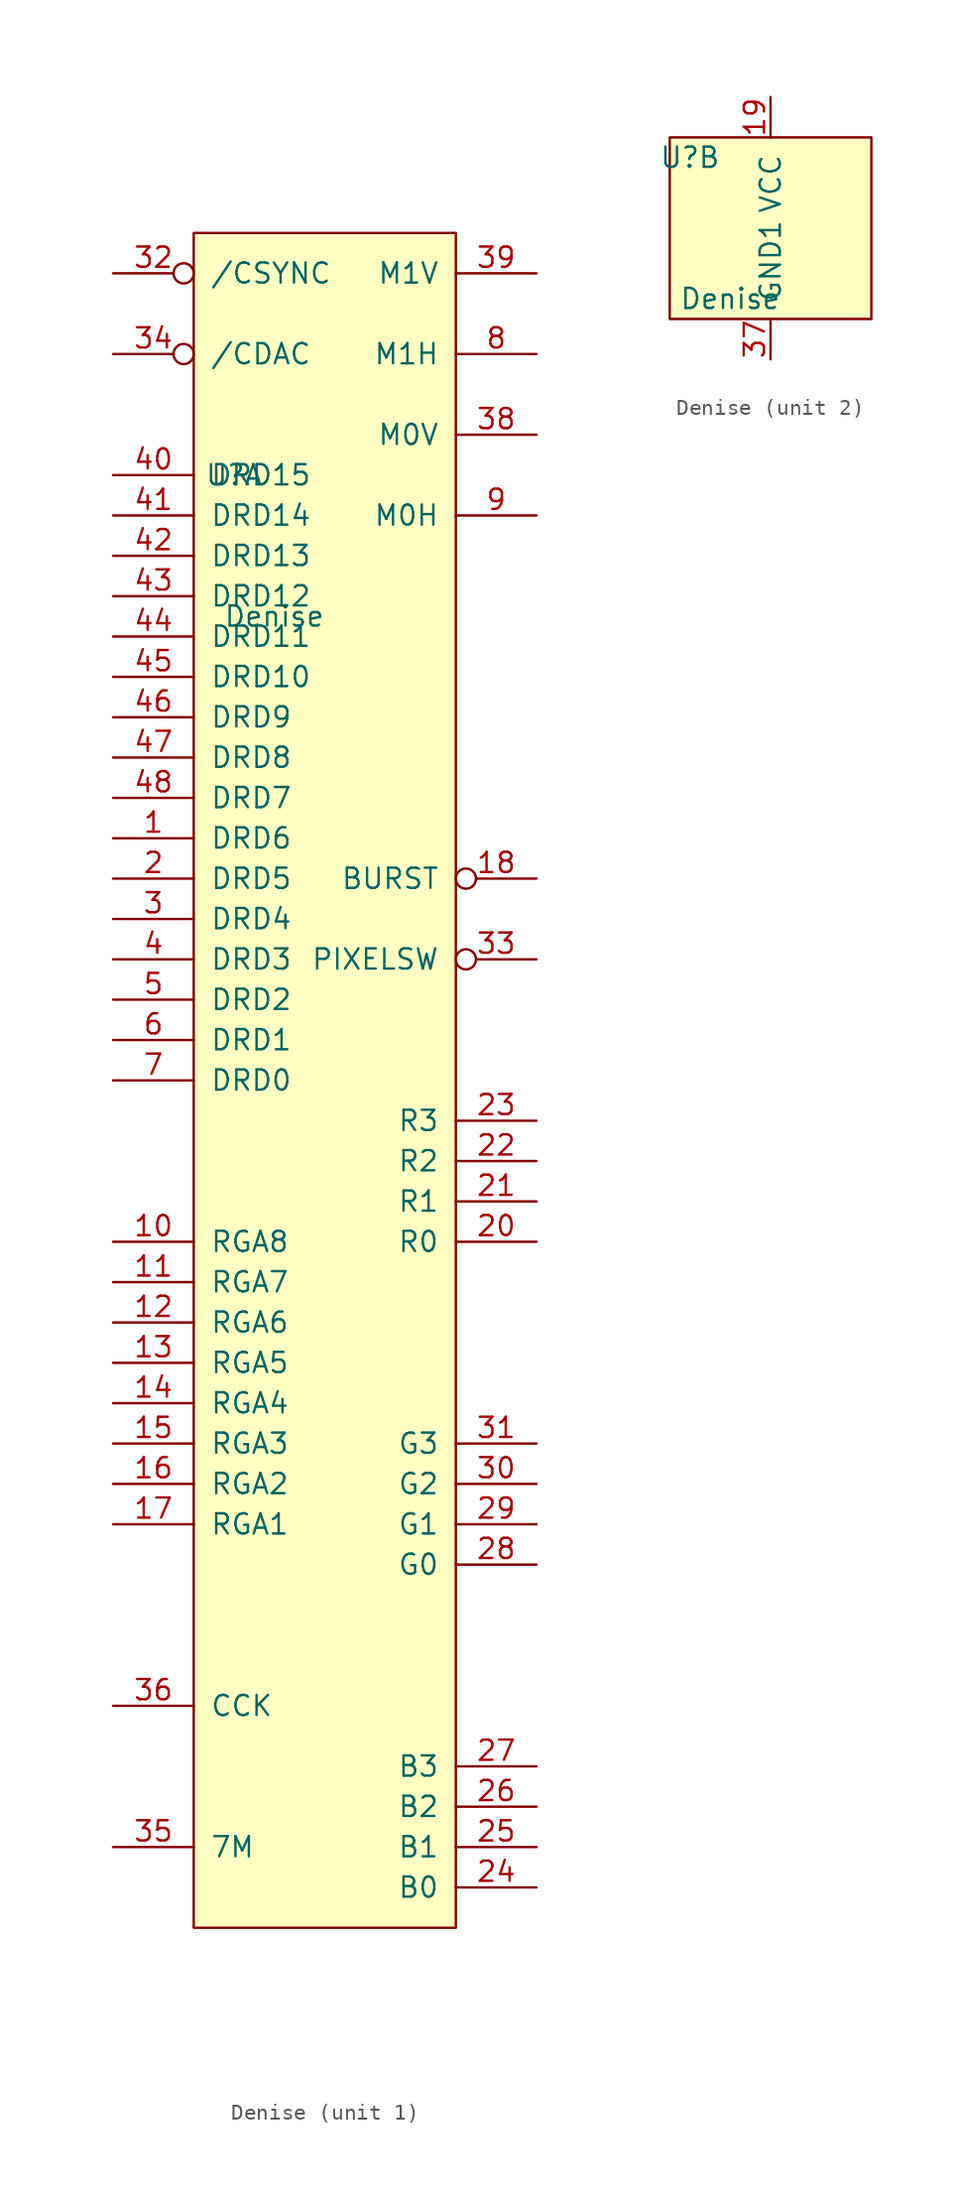
<source format=kicad_sym>
(kicad_symbol_lib
  (version 20220914)
  (generator kicad_symbol_editor)
  (symbol "Denise"
    (pin_names
      (offset 1.016))
    (property "Reference" "U"
      (at -5.08 5.08 0)
      (effects (font (size 1.27 1.27))))
    (property "Value" "Denise"
      (at -2.54 -3.81 0)
      (effects (font (size 1.27 1.27))))
    (property "ki_locked" ""
      (at 0 0 0)
      (effects (font (size 1.27 1.27))))
    (symbol "Denise_1_1"
      (rectangle (start -7.62 20.32) (end 8.89 -86.36) (stroke (width 0) (type solid)) (fill (type background)))
      (pin bidirectional line (at -12.7 -17.78 0) (length 5.08) (name "DRD6" (effects (font (size 1.27 1.27)))) (number "1" (effects (font (size 1.27 1.27)))))
      (pin input line (at -12.7 -43.18 0) (length 5.08) (name "RGA8" (effects (font (size 1.27 1.27)))) (number "10" (effects (font (size 1.27 1.27)))))
      (pin input line (at -12.7 -45.72 0) (length 5.08) (name "RGA7" (effects (font (size 1.27 1.27)))) (number "11" (effects (font (size 1.27 1.27)))))
      (pin input line (at -12.7 -48.26 0) (length 5.08) (name "RGA6" (effects (font (size 1.27 1.27)))) (number "12" (effects (font (size 1.27 1.27)))))
      (pin input line (at -12.7 -50.8 0) (length 5.08) (name "RGA5" (effects (font (size 1.27 1.27)))) (number "13" (effects (font (size 1.27 1.27)))))
      (pin input line (at -12.7 -53.34 0) (length 5.08) (name "RGA4" (effects (font (size 1.27 1.27)))) (number "14" (effects (font (size 1.27 1.27)))))
      (pin input line (at -12.7 -55.88 0) (length 5.08) (name "RGA3" (effects (font (size 1.27 1.27)))) (number "15" (effects (font (size 1.27 1.27)))))
      (pin input line (at -12.7 -58.42 0) (length 5.08) (name "RGA2" (effects (font (size 1.27 1.27)))) (number "16" (effects (font (size 1.27 1.27)))))
      (pin input line (at -12.7 -60.96 0) (length 5.08) (name "RGA1" (effects (font (size 1.27 1.27)))) (number "17" (effects (font (size 1.27 1.27)))))
      (pin output inverted (at 13.97 -20.32 180) (length 5.08) (name "BURST" (effects (font (size 1.27 1.27)))) (number "18" (effects (font (size 1.27 1.27)))))
      (pin bidirectional line (at -12.7 -20.32 0) (length 5.08) (name "DRD5" (effects (font (size 1.27 1.27)))) (number "2" (effects (font (size 1.27 1.27)))))
      (pin output line (at 13.97 -43.18 180) (length 5.08) (name "R0" (effects (font (size 1.27 1.27)))) (number "20" (effects (font (size 1.27 1.27)))))
      (pin output line (at 13.97 -40.64 180) (length 5.08) (name "R1" (effects (font (size 1.27 1.27)))) (number "21" (effects (font (size 1.27 1.27)))))
      (pin output line (at 13.97 -38.1 180) (length 5.08) (name "R2" (effects (font (size 1.27 1.27)))) (number "22" (effects (font (size 1.27 1.27)))))
      (pin output line (at 13.97 -35.56 180) (length 5.08) (name "R3" (effects (font (size 1.27 1.27)))) (number "23" (effects (font (size 1.27 1.27)))))
      (pin output line (at 13.97 -83.82 180) (length 5.08) (name "B0" (effects (font (size 1.27 1.27)))) (number "24" (effects (font (size 1.27 1.27)))))
      (pin output line (at 13.97 -81.28 180) (length 5.08) (name "B1" (effects (font (size 1.27 1.27)))) (number "25" (effects (font (size 1.27 1.27)))))
      (pin output line (at 13.97 -78.74 180) (length 5.08) (name "B2" (effects (font (size 1.27 1.27)))) (number "26" (effects (font (size 1.27 1.27)))))
      (pin output line (at 13.97 -76.2 180) (length 5.08) (name "B3" (effects (font (size 1.27 1.27)))) (number "27" (effects (font (size 1.27 1.27)))))
      (pin output line (at 13.97 -63.5 180) (length 5.08) (name "G0" (effects (font (size 1.27 1.27)))) (number "28" (effects (font (size 1.27 1.27)))))
      (pin output line (at 13.97 -60.96 180) (length 5.08) (name "G1" (effects (font (size 1.27 1.27)))) (number "29" (effects (font (size 1.27 1.27)))))
      (pin bidirectional line (at -12.7 -22.86 0) (length 5.08) (name "DRD4" (effects (font (size 1.27 1.27)))) (number "3" (effects (font (size 1.27 1.27)))))
      (pin output line (at 13.97 -58.42 180) (length 5.08) (name "G2" (effects (font (size 1.27 1.27)))) (number "30" (effects (font (size 1.27 1.27)))))
      (pin output line (at 13.97 -55.88 180) (length 5.08) (name "G3" (effects (font (size 1.27 1.27)))) (number "31" (effects (font (size 1.27 1.27)))))
      (pin input inverted (at -12.7 17.78 0) (length 5.08) (name "/CSYNC" (effects (font (size 1.27 1.27)))) (number "32" (effects (font (size 1.27 1.27)))))
      (pin output inverted (at 13.97 -25.4 180) (length 5.08) (name "PIXELSW" (effects (font (size 1.27 1.27)))) (number "33" (effects (font (size 1.27 1.27)))))
      (pin input inverted (at -12.7 12.7 0) (length 5.08) (name "/CDAC" (effects (font (size 1.27 1.27)))) (number "34" (effects (font (size 1.27 1.27)))))
      (pin input line (at -12.7 -81.28 0) (length 5.08) (name "7M" (effects (font (size 1.27 1.27)))) (number "35" (effects (font (size 1.27 1.27)))))
      (pin input line (at -12.7 -72.39 0) (length 5.08) (name "CCK" (effects (font (size 1.27 1.27)))) (number "36" (effects (font (size 1.27 1.27)))))
      (pin input line (at 13.97 7.62 180) (length 5.08) (name "M0V" (effects (font (size 1.27 1.27)))) (number "38" (effects (font (size 1.27 1.27)))))
      (pin input line (at 13.97 17.78 180) (length 5.08) (name "M1V" (effects (font (size 1.27 1.27)))) (number "39" (effects (font (size 1.27 1.27)))))
      (pin bidirectional line (at -12.7 -25.4 0) (length 5.08) (name "DRD3" (effects (font (size 1.27 1.27)))) (number "4" (effects (font (size 1.27 1.27)))))
      (pin bidirectional line (at -12.7 5.08 0) (length 5.08) (name "DRD15" (effects (font (size 1.27 1.27)))) (number "40" (effects (font (size 1.27 1.27)))))
      (pin bidirectional line (at -12.7 2.54 0) (length 5.08) (name "DRD14" (effects (font (size 1.27 1.27)))) (number "41" (effects (font (size 1.27 1.27)))))
      (pin bidirectional line (at -12.7 0 0) (length 5.08) (name "DRD13" (effects (font (size 1.27 1.27)))) (number "42" (effects (font (size 1.27 1.27)))))
      (pin bidirectional line (at -12.7 -2.54 0) (length 5.08) (name "DRD12" (effects (font (size 1.27 1.27)))) (number "43" (effects (font (size 1.27 1.27)))))
      (pin bidirectional line (at -12.7 -5.08 0) (length 5.08) (name "DRD11" (effects (font (size 1.27 1.27)))) (number "44" (effects (font (size 1.27 1.27)))))
      (pin bidirectional line (at -12.7 -7.62 0) (length 5.08) (name "DRD10" (effects (font (size 1.27 1.27)))) (number "45" (effects (font (size 1.27 1.27)))))
      (pin bidirectional line (at -12.7 -10.16 0) (length 5.08) (name "DRD9" (effects (font (size 1.27 1.27)))) (number "46" (effects (font (size 1.27 1.27)))))
      (pin bidirectional line (at -12.7 -12.7 0) (length 5.08) (name "DRD8" (effects (font (size 1.27 1.27)))) (number "47" (effects (font (size 1.27 1.27)))))
      (pin bidirectional line (at -12.7 -15.24 0) (length 5.08) (name "DRD7" (effects (font (size 1.27 1.27)))) (number "48" (effects (font (size 1.27 1.27)))))
      (pin bidirectional line (at -12.7 -27.94 0) (length 5.08) (name "DRD2" (effects (font (size 1.27 1.27)))) (number "5" (effects (font (size 1.27 1.27)))))
      (pin bidirectional line (at -12.7 -30.48 0) (length 5.08) (name "DRD1" (effects (font (size 1.27 1.27)))) (number "6" (effects (font (size 1.27 1.27)))))
      (pin bidirectional line (at -12.7 -33.02 0) (length 5.08) (name "DRD0" (effects (font (size 1.27 1.27)))) (number "7" (effects (font (size 1.27 1.27)))))
      (pin input line (at 13.97 12.7 180) (length 5.08) (name "M1H" (effects (font (size 1.27 1.27)))) (number "8" (effects (font (size 1.27 1.27)))))
      (pin input line (at 13.97 2.54 180) (length 5.08) (name "M0H" (effects (font (size 1.27 1.27)))) (number "9" (effects (font (size 1.27 1.27))))))
    (symbol "Denise_2_1"
      (rectangle (start -6.35 6.35) (end 6.35 -5.08) (stroke (width 0) (type solid)) (fill (type background)))
      (pin power_in line (at 0 8.89 270) (length 2.54) (name "VCC" (effects (font (size 1.27 1.27)))) (number "19" (effects (font (size 1.27 1.27)))))
      (pin power_in line (at 0 -7.62 90) (length 2.54) (name "GND1" (effects (font (size 1.27 1.27)))) (number "37" (effects (font (size 1.27 1.27))))))))
</source>
